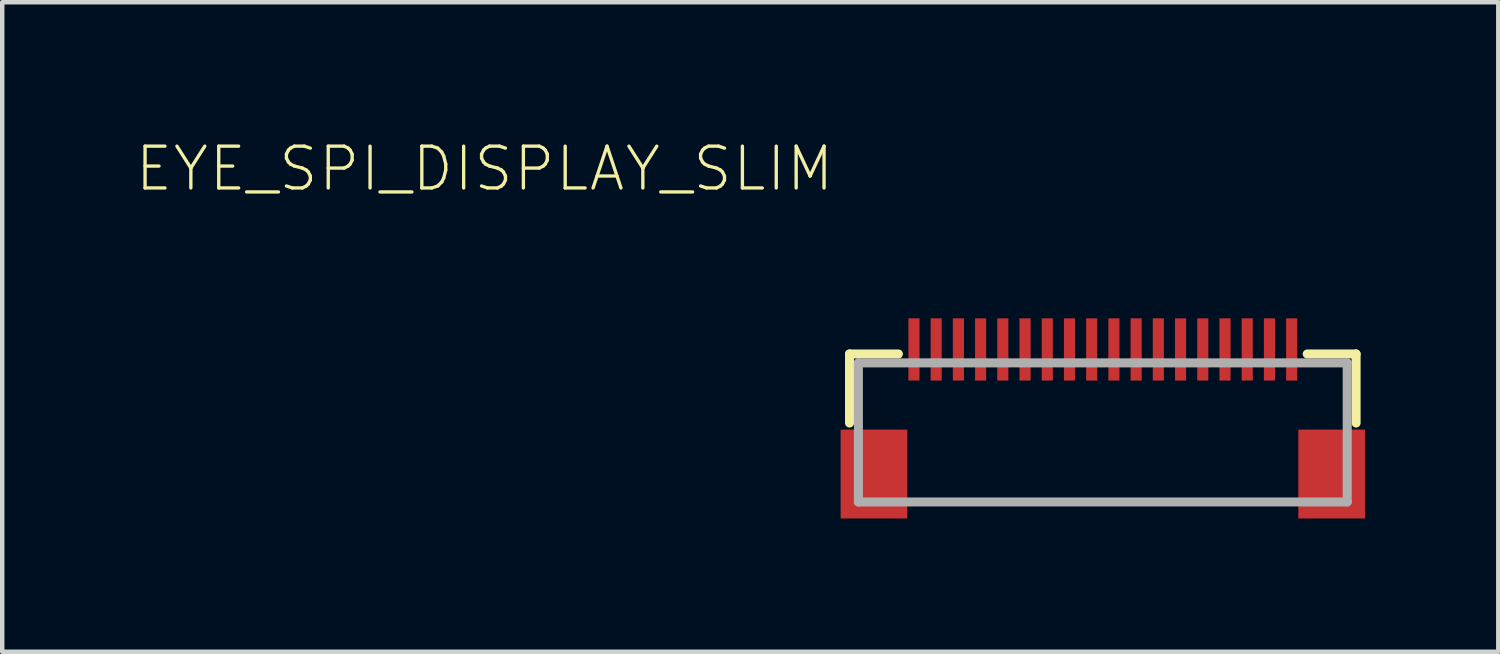
<source format=kicad_pcb>
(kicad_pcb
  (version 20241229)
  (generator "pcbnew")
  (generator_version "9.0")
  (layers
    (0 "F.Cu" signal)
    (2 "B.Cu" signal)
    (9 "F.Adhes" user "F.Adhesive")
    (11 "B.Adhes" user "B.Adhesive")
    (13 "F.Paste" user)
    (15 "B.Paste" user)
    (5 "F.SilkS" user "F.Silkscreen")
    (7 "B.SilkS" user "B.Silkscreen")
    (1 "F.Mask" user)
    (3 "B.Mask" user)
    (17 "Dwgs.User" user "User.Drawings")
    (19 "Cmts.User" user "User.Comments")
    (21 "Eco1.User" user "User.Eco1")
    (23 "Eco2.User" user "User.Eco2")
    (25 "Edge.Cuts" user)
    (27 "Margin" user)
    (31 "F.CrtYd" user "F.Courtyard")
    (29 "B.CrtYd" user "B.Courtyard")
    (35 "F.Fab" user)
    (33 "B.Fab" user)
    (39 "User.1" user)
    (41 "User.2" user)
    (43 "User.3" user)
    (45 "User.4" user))
  (footprint "EYE_SPI_DISPLAY_SLIM"
    (layer "F.Cu")
    (at 21.768 5.968)
    (property "Reference" "EYE_SPI_DISPLAY_SLIM" (at -6 -5.77 180) (layer "F.SilkS") (effects (font (size 0.941 0.941) (thickness 0.075)) (justify right top)))
    (fp_line (start -5.7 -1.052) (end -5.7 0.502) (stroke (width 0.203) (type solid)) (layer "F.SilkS"))
    (fp_line (start -4.6 -1.052) (end -5.7 -1.052) (stroke (width 0.203) (type solid)) (layer "F.SilkS"))
    (fp_line (start 4.6 -1.052) (end 5.7 -1.052) (stroke (width 0.203) (type solid)) (layer "F.SilkS"))
    (fp_line (start 5.7 -1.052) (end 5.7 0.502) (stroke (width 0.203) (type solid)) (layer "F.SilkS"))
    (fp_line (start -5.5 -0.852) (end -5.5 2.278) (stroke (width 0.203) (type solid)) (layer "F.Fab"))
    (fp_line (start -5.5 -0.852) (end 5.5 -0.852) (stroke (width 0.203) (type solid)) (layer "F.Fab"))
    (fp_line (start -5.5 2.278) (end 5.5 2.278) (stroke (width 0.203) (type solid)) (layer "F.Fab"))
    (fp_line (start 5.5 -0.852) (end 5.5 2.278) (stroke (width 0.203) (type solid)) (layer "F.Fab"))
    (pad "1" smd rect (at 4.25 -1.154 180) (size 0.25 1.4) (layers "F.Cu" "F.Mask" "F.Paste"))
    (pad "2" smd rect (at 3.75 -1.154 180) (size 0.25 1.4) (layers "F.Cu" "F.Mask" "F.Paste"))
    (pad "3" smd rect (at 3.25 -1.154 180) (size 0.25 1.4) (layers "F.Cu" "F.Mask" "F.Paste"))
    (pad "4" smd rect (at 2.75 -1.154 180) (size 0.25 1.4) (layers "F.Cu" "F.Mask" "F.Paste"))
    (pad "5" smd rect (at 2.25 -1.154 180) (size 0.25 1.4) (layers "F.Cu" "F.Mask" "F.Paste"))
    (pad "6" smd rect (at 1.75 -1.154 180) (size 0.25 1.4) (layers "F.Cu" "F.Mask" "F.Paste"))
    (pad "7" smd rect (at 1.25 -1.154 180) (size 0.25 1.4) (layers "F.Cu" "F.Mask" "F.Paste"))
    (pad "8" smd rect (at 0.75 -1.154 180) (size 0.25 1.4) (layers "F.Cu" "F.Mask" "F.Paste"))
    (pad "9" smd rect (at 0.25 -1.154 180) (size 0.25 1.4) (layers "F.Cu" "F.Mask" "F.Paste"))
    (pad "10" smd rect (at -0.25 -1.154 180) (size 0.25 1.4) (layers "F.Cu" "F.Mask" "F.Paste"))
    (pad "11" smd rect (at -0.75 -1.154 180) (size 0.25 1.4) (layers "F.Cu" "F.Mask" "F.Paste"))
    (pad "12" smd rect (at -1.25 -1.154 180) (size 0.25 1.4) (layers "F.Cu" "F.Mask" "F.Paste"))
    (pad "13" smd rect (at -1.75 -1.154 180) (size 0.25 1.4) (layers "F.Cu" "F.Mask" "F.Paste"))
    (pad "14" smd rect (at -2.25 -1.154 180) (size 0.25 1.4) (layers "F.Cu" "F.Mask" "F.Paste"))
    (pad "15" smd rect (at -2.75 -1.154 180) (size 0.25 1.4) (layers "F.Cu" "F.Mask" "F.Paste"))
    (pad "16" smd rect (at -3.25 -1.154 180) (size 0.25 1.4) (layers "F.Cu" "F.Mask" "F.Paste"))
    (pad "17" smd rect (at -3.75 -1.154 180) (size 0.25 1.4) (layers "F.Cu" "F.Mask" "F.Paste"))
    (pad "18" smd rect (at -4.25 -1.154 180) (size 0.25 1.4) (layers "F.Cu" "F.Mask" "F.Paste"))
    (pad "SUPPORT1" smd rect (at -5.15 1.65) (size 1.5 2) (layers "F.Cu" "F.Mask" "F.Paste"))
    (pad "SUPPORT2" smd rect (at 5.15 1.65) (size 1.5 2) (layers "F.Cu" "F.Mask" "F.Paste")))
  (gr_rect
    (start -3 -3)
    (end 30.668 11.618)
    (stroke (width 0.1) (type default))
    (fill no)
    (layer "Edge.Cuts")))
</source>
